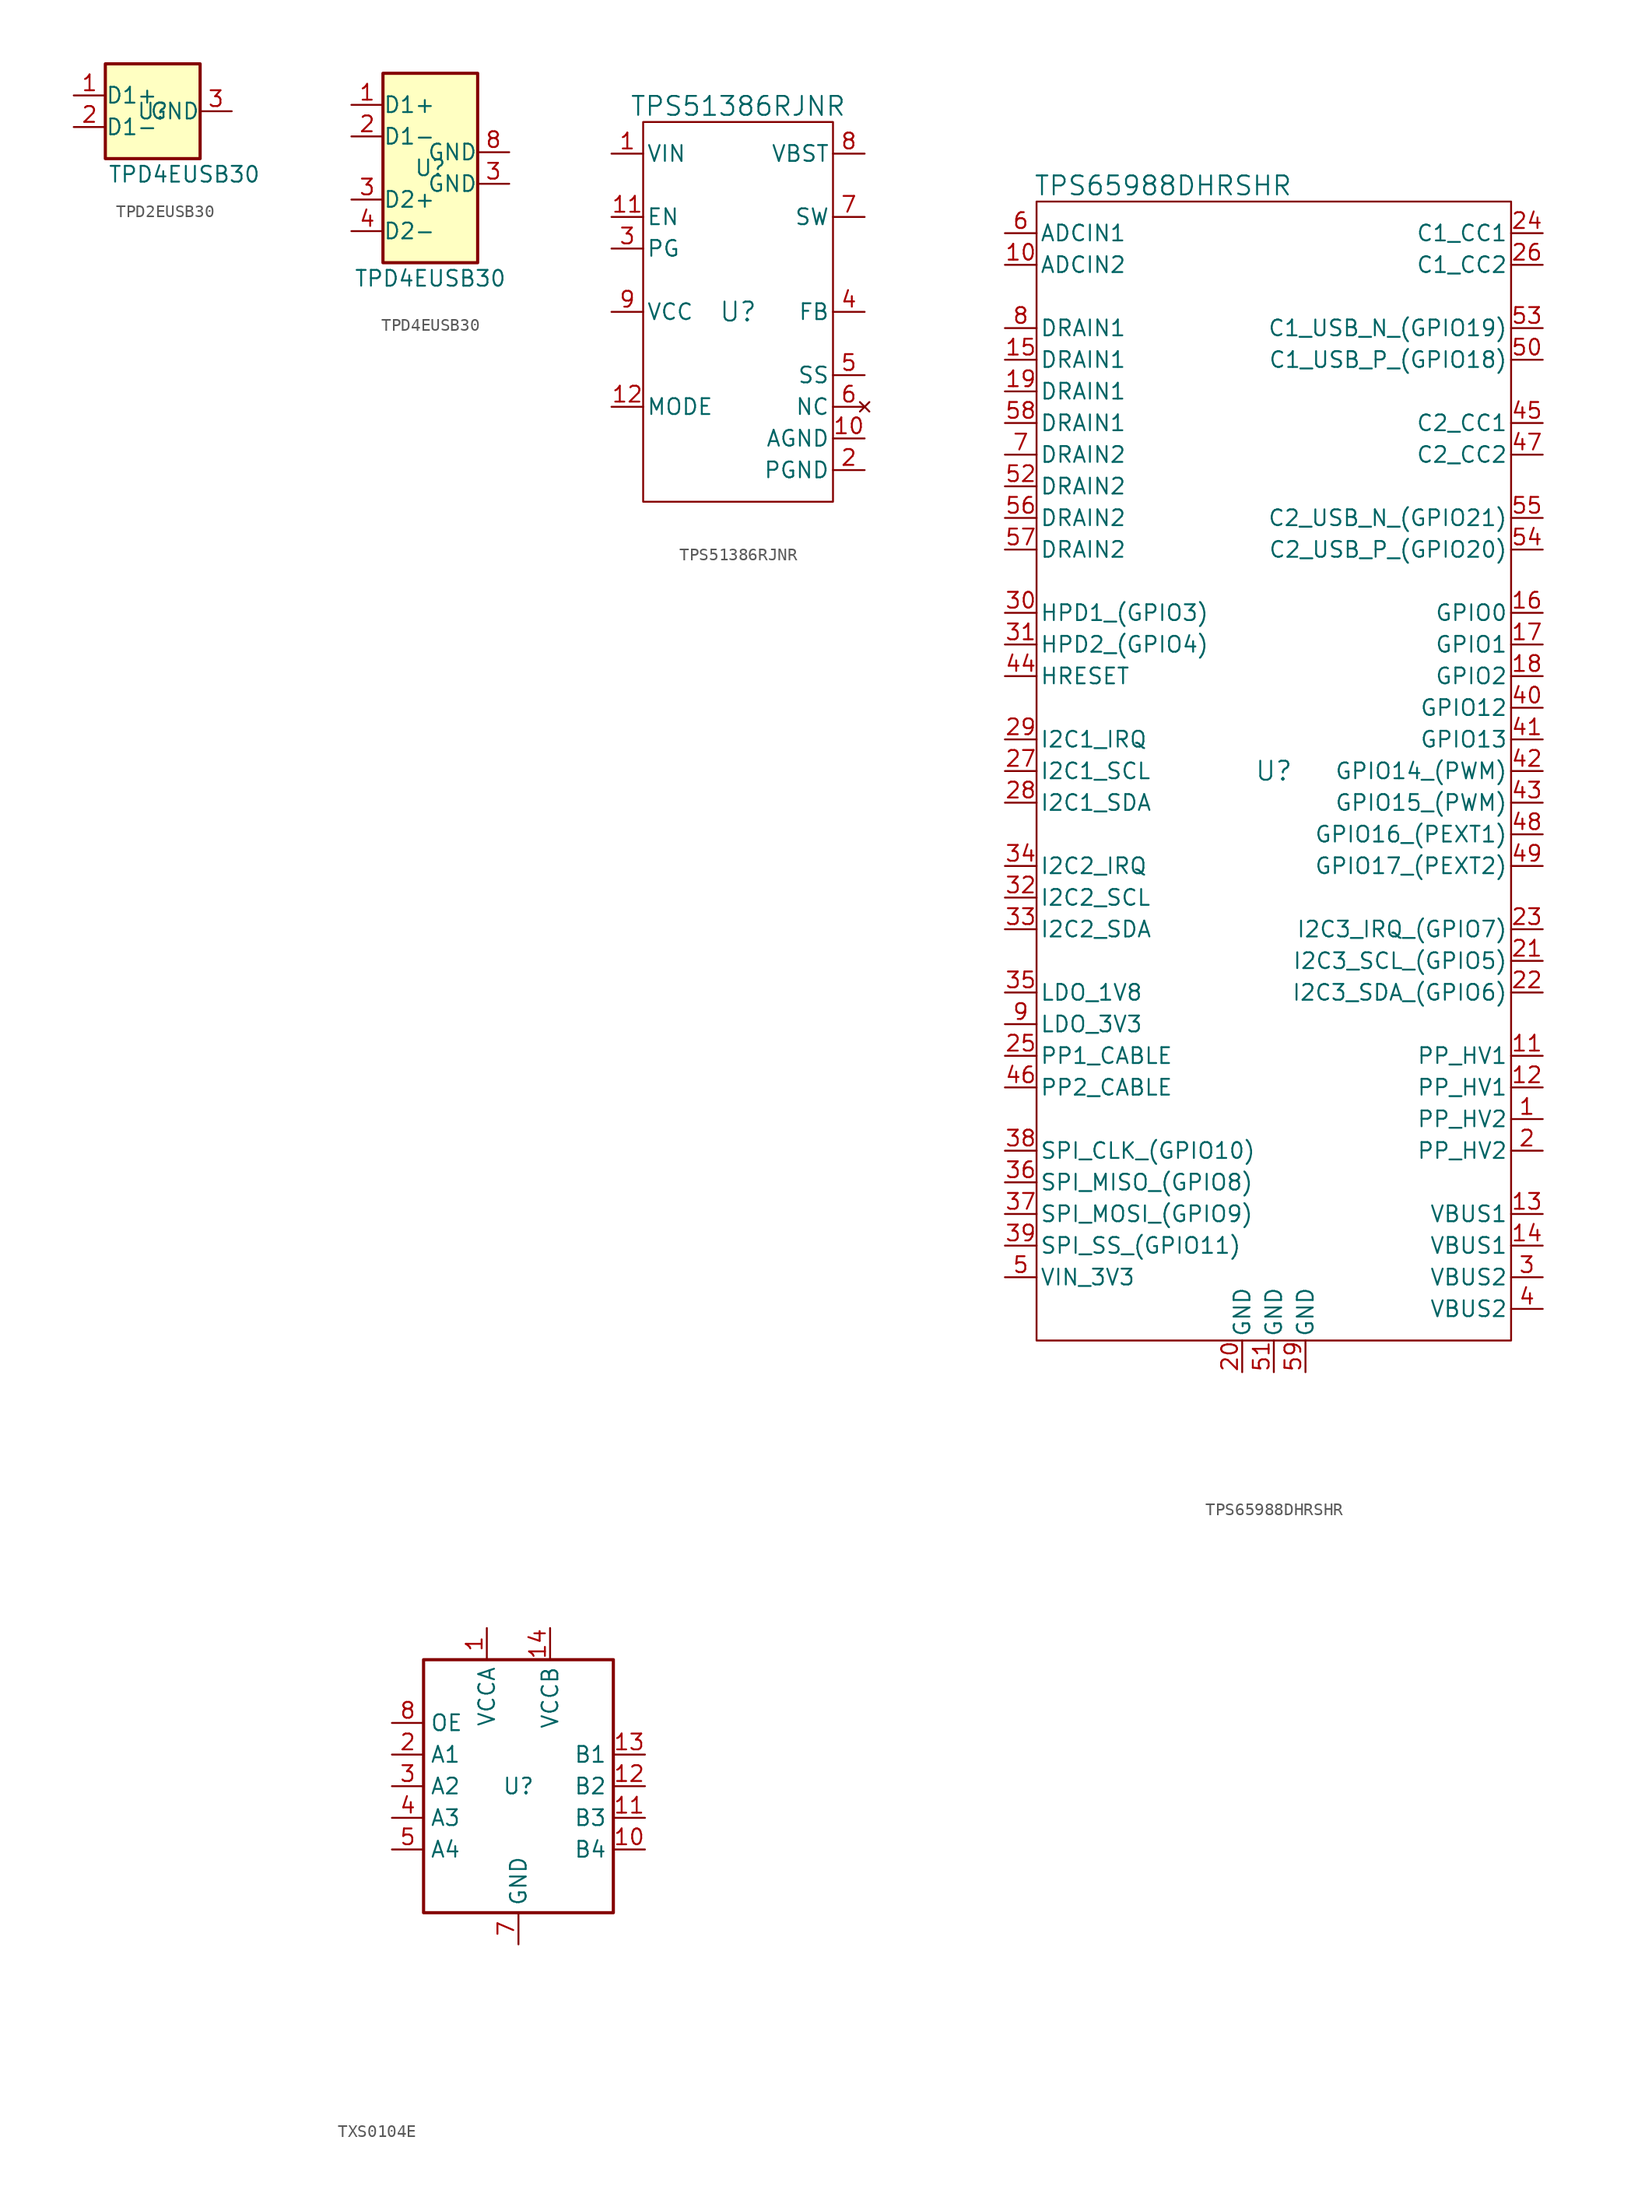
<source format=kicad_sym>
(kicad_symbol_lib
  (version 20231120)
  (generator "kicad_symbol_editor")
  (generator_version "8.0")
  (symbol "TPD2EUSB30"
    (pin_names
      (offset 0.002))
    (property "Reference" "U"
      (at 0 0 0)
      (effects (font (size 1.27 1.27))))
    (property "Value" "TPD4EUSB30"
      (at 2.54 -5.08 0)
      (effects (font (size 1.27 1.27))))
    (symbol "TPD2EUSB30_0_1"
      (rectangle (start -3.81 3.81) (end 3.81 -3.81) (stroke (width 0.254) (type default)) (fill (type background))))
    (symbol "TPD2EUSB30_1_1"
      (pin passive line (at -6.35 1.27 0) (length 2.54) (name "D1+" (effects (font (size 1.27 1.27)))) (number "1" (effects (font (size 1.27 1.27)))))
      (pin passive line (at -6.35 -1.27 0) (length 2.54) (name "D1-" (effects (font (size 1.27 1.27)))) (number "2" (effects (font (size 1.27 1.27)))))
      (pin passive line (at 6.35 0 180) (length 2.54) (name "GND" (effects (font (size 1.27 1.27)))) (number "3" (effects (font (size 1.27 1.27)))))))
  (symbol "TPD4EUSB30"
    (pin_names
      (offset 0.002))
    (property "Reference" "U"
      (at 0 0 0)
      (effects (font (size 1.27 1.27))))
    (property "Value" "TPD4EUSB30"
      (at 0 -8.89 0)
      (effects (font (size 1.27 1.27))))
    (symbol "TPD4EUSB30_0_1"
      (rectangle (start -3.81 7.62) (end 3.81 -7.62) (stroke (width 0.254) (type default)) (fill (type background))))
    (symbol "TPD4EUSB30_1_1"
      (pin passive line (at -6.35 5.08 0) (length 2.54) (name "D1+" (effects (font (size 1.27 1.27)))) (number "1" (effects (font (size 1.27 1.27)))))
      (pin passive line (at 6.35 6.35 180) (length 2.54) hide (name "NC" (effects (font (size 1.27 1.27)))) (number "10" (effects (font (size 1.27 1.27)))))
      (pin passive line (at -6.35 2.54 0) (length 2.54) (name "D1-" (effects (font (size 1.27 1.27)))) (number "2" (effects (font (size 1.27 1.27)))))
      (pin passive line (at -6.35 -2.54 0) (length 2.54) (name "D2+" (effects (font (size 1.27 1.27)))) (number "3" (effects (font (size 1.27 1.27)))))
      (pin passive line (at 6.35 -1.27 180) (length 2.54) (name "GND" (effects (font (size 1.27 1.27)))) (number "3" (effects (font (size 1.27 1.27)))))
      (pin passive line (at -6.35 -5.08 0) (length 2.54) (name "D2-" (effects (font (size 1.27 1.27)))) (number "4" (effects (font (size 1.27 1.27)))))
      (pin passive line (at 6.35 -6.35 180) (length 2.54) hide (name "NC" (effects (font (size 1.27 1.27)))) (number "6" (effects (font (size 1.27 1.27)))))
      (pin passive line (at 6.35 -3.81 180) (length 2.54) hide (name "NC" (effects (font (size 1.27 1.27)))) (number "7" (effects (font (size 1.27 1.27)))))
      (pin passive line (at 6.35 1.27 180) (length 2.54) (name "GND" (effects (font (size 1.27 1.27)))) (number "8" (effects (font (size 1.27 1.27)))))
      (pin passive line (at 6.35 3.81 180) (length 2.54) hide (name "NC" (effects (font (size 1.27 1.27)))) (number "9" (effects (font (size 1.27 1.27)))))))
  (symbol "TPS51386RJNR"
    (pin_names
      (offset 0.254))
    (property "Reference" "U"
      (at 0 0 0)
      (effects (font (size 1.524 1.524))))
    (property "Value" "TPS51386RJNR"
      (at 0 16.51 0)
      (effects (font (size 1.524 1.524))))
    (property "ki_locked" ""
      (at 0 0 0)
      (effects (font (size 1.27 1.27))))
    (symbol "TPS51386RJNR_0_1"
      (pin power_in line (at -10.16 12.7 0) (length 2.54) (name "VIN" (effects (font (size 1.27 1.27)))) (number "1" (effects (font (size 1.27 1.27)))))
      (pin power_out line (at 10.16 -10.16 180) (length 2.54) (name "AGND" (effects (font (size 1.27 1.27)))) (number "10" (effects (font (size 1.27 1.27)))))
      (pin input line (at -10.16 7.62 0) (length 2.54) (name "EN" (effects (font (size 1.27 1.27)))) (number "11" (effects (font (size 1.27 1.27)))))
      (pin input line (at -10.16 -7.62 0) (length 2.54) (name "MODE" (effects (font (size 1.27 1.27)))) (number "12" (effects (font (size 1.27 1.27)))))
      (pin power_out line (at 10.16 -12.7 180) (length 2.54) (name "PGND" (effects (font (size 1.27 1.27)))) (number "2" (effects (font (size 1.27 1.27)))))
      (pin output line (at -10.16 5.08 0) (length 2.54) (name "PG" (effects (font (size 1.27 1.27)))) (number "3" (effects (font (size 1.27 1.27)))))
      (pin input line (at 10.16 0 180) (length 2.54) (name "FB" (effects (font (size 1.27 1.27)))) (number "4" (effects (font (size 1.27 1.27)))))
      (pin output line (at 10.16 -5.08 180) (length 2.54) (name "SS" (effects (font (size 1.27 1.27)))) (number "5" (effects (font (size 1.27 1.27)))))
      (pin no_connect line (at 10.16 -7.62 180) (length 2.54) (name "NC" (effects (font (size 1.27 1.27)))) (number "6" (effects (font (size 1.27 1.27)))))
      (pin output line (at 10.16 7.62 180) (length 2.54) (name "SW" (effects (font (size 1.27 1.27)))) (number "7" (effects (font (size 1.27 1.27)))))
      (pin input line (at 10.16 12.7 180) (length 2.54) (name "VBST" (effects (font (size 1.27 1.27)))) (number "8" (effects (font (size 1.27 1.27)))))
      (pin output line (at -10.16 0 0) (length 2.54) (name "VCC" (effects (font (size 1.27 1.27)))) (number "9" (effects (font (size 1.27 1.27))))))
    (symbol "TPS51386RJNR_1_1"
      (rectangle (start -7.62 15.24) (end 7.62 -15.24) (stroke (width 0) (type default)) (fill (type none)))))
  (symbol "TPS65988DHRSHR"
    (pin_names
      (offset 0.254))
    (property "Reference" "U"
      (at 0 0 0)
      (effects (font (size 1.524 1.524))))
    (property "Value" "TPS65988DHRSHR"
      (at -8.89 46.99 0)
      (effects (font (size 1.524 1.524))))
    (symbol "TPS65988DHRSHR_1_1"
      (rectangle (start -19.05 45.72) (end 19.05 -45.72) (stroke (width 0) (type default)) (fill (type none)))
      (pin bidirectional line (at 21.59 -27.94 180) (length 2.54) (name "PP_HV2" (effects (font (size 1.27 1.27)))) (number "1" (effects (font (size 1.27 1.27)))))
      (pin input line (at -21.59 40.64 0) (length 2.54) (name "ADCIN2" (effects (font (size 1.27 1.27)))) (number "10" (effects (font (size 1.27 1.27)))))
      (pin bidirectional line (at 21.59 -22.86 180) (length 2.54) (name "PP_HV1" (effects (font (size 1.27 1.27)))) (number "11" (effects (font (size 1.27 1.27)))))
      (pin bidirectional line (at 21.59 -25.4 180) (length 2.54) (name "PP_HV1" (effects (font (size 1.27 1.27)))) (number "12" (effects (font (size 1.27 1.27)))))
      (pin bidirectional line (at 21.59 -35.56 180) (length 2.54) (name "VBUS1" (effects (font (size 1.27 1.27)))) (number "13" (effects (font (size 1.27 1.27)))))
      (pin bidirectional line (at 21.59 -38.1 180) (length 2.54) (name "VBUS1" (effects (font (size 1.27 1.27)))) (number "14" (effects (font (size 1.27 1.27)))))
      (pin input line (at -21.59 33.02 0) (length 2.54) (name "DRAIN1" (effects (font (size 1.27 1.27)))) (number "15" (effects (font (size 1.27 1.27)))))
      (pin bidirectional line (at 21.59 12.7 180) (length 2.54) (name "GPIO0" (effects (font (size 1.27 1.27)))) (number "16" (effects (font (size 1.27 1.27)))))
      (pin bidirectional line (at 21.59 10.16 180) (length 2.54) (name "GPIO1" (effects (font (size 1.27 1.27)))) (number "17" (effects (font (size 1.27 1.27)))))
      (pin bidirectional line (at 21.59 7.62 180) (length 2.54) (name "GPIO2" (effects (font (size 1.27 1.27)))) (number "18" (effects (font (size 1.27 1.27)))))
      (pin input line (at -21.59 30.48 0) (length 2.54) (name "DRAIN1" (effects (font (size 1.27 1.27)))) (number "19" (effects (font (size 1.27 1.27)))))
      (pin bidirectional line (at 21.59 -30.48 180) (length 2.54) (name "PP_HV2" (effects (font (size 1.27 1.27)))) (number "2" (effects (font (size 1.27 1.27)))))
      (pin power_out line (at -2.54 -48.26 90) (length 2.54) (name "GND" (effects (font (size 1.27 1.27)))) (number "20" (effects (font (size 1.27 1.27)))))
      (pin bidirectional line (at 21.59 -15.24 180) (length 2.54) (name "I2C3_SCL_(GPIO5)" (effects (font (size 1.27 1.27)))) (number "21" (effects (font (size 1.27 1.27)))))
      (pin bidirectional line (at 21.59 -17.78 180) (length 2.54) (name "I2C3_SDA_(GPIO6)" (effects (font (size 1.27 1.27)))) (number "22" (effects (font (size 1.27 1.27)))))
      (pin unspecified line (at 21.59 -12.7 180) (length 2.54) (name "I2C3_IRQ_(GPIO7)" (effects (font (size 1.27 1.27)))) (number "23" (effects (font (size 1.27 1.27)))))
      (pin bidirectional line (at 21.59 43.18 180) (length 2.54) (name "C1_CC1" (effects (font (size 1.27 1.27)))) (number "24" (effects (font (size 1.27 1.27)))))
      (pin bidirectional line (at -21.59 -22.86 0) (length 2.54) (name "PP1_CABLE" (effects (font (size 1.27 1.27)))) (number "25" (effects (font (size 1.27 1.27)))))
      (pin bidirectional line (at 21.59 40.64 180) (length 2.54) (name "C1_CC2" (effects (font (size 1.27 1.27)))) (number "26" (effects (font (size 1.27 1.27)))))
      (pin bidirectional line (at -21.59 0 0) (length 2.54) (name "I2C1_SCL" (effects (font (size 1.27 1.27)))) (number "27" (effects (font (size 1.27 1.27)))))
      (pin bidirectional line (at -21.59 -2.54 0) (length 2.54) (name "I2C1_SDA" (effects (font (size 1.27 1.27)))) (number "28" (effects (font (size 1.27 1.27)))))
      (pin unspecified line (at -21.59 2.54 0) (length 2.54) (name "I2C1_IRQ" (effects (font (size 1.27 1.27)))) (number "29" (effects (font (size 1.27 1.27)))))
      (pin bidirectional line (at 21.59 -40.64 180) (length 2.54) (name "VBUS2" (effects (font (size 1.27 1.27)))) (number "3" (effects (font (size 1.27 1.27)))))
      (pin bidirectional line (at -21.59 12.7 0) (length 2.54) (name "HPD1_(GPIO3)" (effects (font (size 1.27 1.27)))) (number "30" (effects (font (size 1.27 1.27)))))
      (pin bidirectional line (at -21.59 10.16 0) (length 2.54) (name "HPD2_(GPIO4)" (effects (font (size 1.27 1.27)))) (number "31" (effects (font (size 1.27 1.27)))))
      (pin unspecified line (at -21.59 -10.16 0) (length 2.54) (name "I2C2_SCL" (effects (font (size 1.27 1.27)))) (number "32" (effects (font (size 1.27 1.27)))))
      (pin unspecified line (at -21.59 -12.7 0) (length 2.54) (name "I2C2_SDA" (effects (font (size 1.27 1.27)))) (number "33" (effects (font (size 1.27 1.27)))))
      (pin bidirectional line (at -21.59 -7.62 0) (length 2.54) (name "I2C2_IRQ" (effects (font (size 1.27 1.27)))) (number "34" (effects (font (size 1.27 1.27)))))
      (pin unspecified line (at -21.59 -17.78 0) (length 2.54) (name "LDO_1V8" (effects (font (size 1.27 1.27)))) (number "35" (effects (font (size 1.27 1.27)))))
      (pin unspecified line (at -21.59 -33.02 0) (length 2.54) (name "SPI_MISO_(GPIO8)" (effects (font (size 1.27 1.27)))) (number "36" (effects (font (size 1.27 1.27)))))
      (pin unspecified line (at -21.59 -35.56 0) (length 2.54) (name "SPI_MOSI_(GPIO9)" (effects (font (size 1.27 1.27)))) (number "37" (effects (font (size 1.27 1.27)))))
      (pin unspecified line (at -21.59 -30.48 0) (length 2.54) (name "SPI_CLK_(GPIO10)" (effects (font (size 1.27 1.27)))) (number "38" (effects (font (size 1.27 1.27)))))
      (pin unspecified line (at -21.59 -38.1 0) (length 2.54) (name "SPI_SS_(GPIO11)" (effects (font (size 1.27 1.27)))) (number "39" (effects (font (size 1.27 1.27)))))
      (pin bidirectional line (at 21.59 -43.18 180) (length 2.54) (name "VBUS2" (effects (font (size 1.27 1.27)))) (number "4" (effects (font (size 1.27 1.27)))))
      (pin bidirectional line (at 21.59 5.08 180) (length 2.54) (name "GPIO12" (effects (font (size 1.27 1.27)))) (number "40" (effects (font (size 1.27 1.27)))))
      (pin bidirectional line (at 21.59 2.54 180) (length 2.54) (name "GPIO13" (effects (font (size 1.27 1.27)))) (number "41" (effects (font (size 1.27 1.27)))))
      (pin bidirectional line (at 21.59 0 180) (length 2.54) (name "GPIO14_(PWM)" (effects (font (size 1.27 1.27)))) (number "42" (effects (font (size 1.27 1.27)))))
      (pin bidirectional line (at 21.59 -2.54 180) (length 2.54) (name "GPIO15_(PWM)" (effects (font (size 1.27 1.27)))) (number "43" (effects (font (size 1.27 1.27)))))
      (pin unspecified line (at -21.59 7.62 0) (length 2.54) (name "HRESET" (effects (font (size 1.27 1.27)))) (number "44" (effects (font (size 1.27 1.27)))))
      (pin bidirectional line (at 21.59 27.94 180) (length 2.54) (name "C2_CC1" (effects (font (size 1.27 1.27)))) (number "45" (effects (font (size 1.27 1.27)))))
      (pin bidirectional line (at -21.59 -25.4 0) (length 2.54) (name "PP2_CABLE" (effects (font (size 1.27 1.27)))) (number "46" (effects (font (size 1.27 1.27)))))
      (pin bidirectional line (at 21.59 25.4 180) (length 2.54) (name "C2_CC2" (effects (font (size 1.27 1.27)))) (number "47" (effects (font (size 1.27 1.27)))))
      (pin bidirectional line (at 21.59 -5.08 180) (length 2.54) (name "GPIO16_(PEXT1)" (effects (font (size 1.27 1.27)))) (number "48" (effects (font (size 1.27 1.27)))))
      (pin bidirectional line (at 21.59 -7.62 180) (length 2.54) (name "GPIO17_(PEXT2)" (effects (font (size 1.27 1.27)))) (number "49" (effects (font (size 1.27 1.27)))))
      (pin unspecified line (at -21.59 -40.64 0) (length 2.54) (name "VIN_3V3" (effects (font (size 1.27 1.27)))) (number "5" (effects (font (size 1.27 1.27)))))
      (pin bidirectional line (at 21.59 33.02 180) (length 2.54) (name "C1_USB_P_(GPIO18)" (effects (font (size 1.27 1.27)))) (number "50" (effects (font (size 1.27 1.27)))))
      (pin power_out line (at 0 -48.26 90) (length 2.54) (name "GND" (effects (font (size 1.27 1.27)))) (number "51" (effects (font (size 1.27 1.27)))))
      (pin input line (at -21.59 22.86 0) (length 2.54) (name "DRAIN2" (effects (font (size 1.27 1.27)))) (number "52" (effects (font (size 1.27 1.27)))))
      (pin bidirectional line (at 21.59 35.56 180) (length 2.54) (name "C1_USB_N_(GPIO19)" (effects (font (size 1.27 1.27)))) (number "53" (effects (font (size 1.27 1.27)))))
      (pin bidirectional line (at 21.59 17.78 180) (length 2.54) (name "C2_USB_P_(GPIO20)" (effects (font (size 1.27 1.27)))) (number "54" (effects (font (size 1.27 1.27)))))
      (pin bidirectional line (at 21.59 20.32 180) (length 2.54) (name "C2_USB_N_(GPIO21)" (effects (font (size 1.27 1.27)))) (number "55" (effects (font (size 1.27 1.27)))))
      (pin input line (at -21.59 20.32 0) (length 2.54) (name "DRAIN2" (effects (font (size 1.27 1.27)))) (number "56" (effects (font (size 1.27 1.27)))))
      (pin input line (at -21.59 17.78 0) (length 2.54) (name "DRAIN2" (effects (font (size 1.27 1.27)))) (number "57" (effects (font (size 1.27 1.27)))))
      (pin input line (at -21.59 27.94 0) (length 2.54) (name "DRAIN1" (effects (font (size 1.27 1.27)))) (number "58" (effects (font (size 1.27 1.27)))))
      (pin power_out line (at 2.54 -48.26 90) (length 2.54) (name "GND" (effects (font (size 1.27 1.27)))) (number "59" (effects (font (size 1.27 1.27)))))
      (pin input line (at -21.59 43.18 0) (length 2.54) (name "ADCIN1" (effects (font (size 1.27 1.27)))) (number "6" (effects (font (size 1.27 1.27)))))
      (pin input line (at -21.59 25.4 0) (length 2.54) (name "DRAIN2" (effects (font (size 1.27 1.27)))) (number "7" (effects (font (size 1.27 1.27)))))
      (pin input line (at -21.59 35.56 0) (length 2.54) (name "DRAIN1" (effects (font (size 1.27 1.27)))) (number "8" (effects (font (size 1.27 1.27)))))
      (pin bidirectional line (at -21.59 -20.32 0) (length 2.54) (name "LDO_3V3" (effects (font (size 1.27 1.27)))) (number "9" (effects (font (size 1.27 1.27)))))))
  (symbol "TXS0104E"
    (property "Reference" "U"
      (at 0 0 0)
      (effects (font (size 1.27 1.27))))
    (property "Value" ""
      (at -33.02 -22.86 0)
      (effects (font (size 1.27 1.27))))
    (symbol "TXS0104E_1_1"
      (rectangle (start -7.62 10.16) (end 7.62 -10.16) (stroke (width 0.254) (type default)) (fill (type none)))
      (pin power_in line (at -2.54 12.7 270) (length 2.54) (name "VCCA" (effects (font (size 1.27 1.27)))) (number "1" (effects (font (size 1.27 1.27)))))
      (pin bidirectional line (at 10.16 -5.08 180) (length 2.54) (name "B4" (effects (font (size 1.27 1.27)))) (number "10" (effects (font (size 1.27 1.27)))))
      (pin bidirectional line (at 10.16 -2.54 180) (length 2.54) (name "B3" (effects (font (size 1.27 1.27)))) (number "11" (effects (font (size 1.27 1.27)))))
      (pin bidirectional line (at 10.16 0 180) (length 2.54) (name "B2" (effects (font (size 1.27 1.27)))) (number "12" (effects (font (size 1.27 1.27)))))
      (pin bidirectional line (at 10.16 2.54 180) (length 2.54) (name "B1" (effects (font (size 1.27 1.27)))) (number "13" (effects (font (size 1.27 1.27)))))
      (pin power_in line (at 2.54 12.7 270) (length 2.54) (name "VCCB" (effects (font (size 1.27 1.27)))) (number "14" (effects (font (size 1.27 1.27)))))
      (pin bidirectional line (at -10.16 2.54 0) (length 2.54) (name "A1" (effects (font (size 1.27 1.27)))) (number "2" (effects (font (size 1.27 1.27)))))
      (pin bidirectional line (at -10.16 0 0) (length 2.54) (name "A2" (effects (font (size 1.27 1.27)))) (number "3" (effects (font (size 1.27 1.27)))))
      (pin bidirectional line (at -10.16 -2.54 0) (length 2.54) (name "A3" (effects (font (size 1.27 1.27)))) (number "4" (effects (font (size 1.27 1.27)))))
      (pin bidirectional line (at -10.16 -5.08 0) (length 2.54) (name "A4" (effects (font (size 1.27 1.27)))) (number "5" (effects (font (size 1.27 1.27)))))
      (pin no_connect line (at -10.16 -7.62 0) (length 2.54) hide (name "NC" (effects (font (size 1.27 1.27)))) (number "6" (effects (font (size 1.27 1.27)))))
      (pin power_in line (at 0 -12.7 90) (length 2.54) (name "GND" (effects (font (size 1.27 1.27)))) (number "7" (effects (font (size 1.27 1.27)))))
      (pin input line (at -10.16 5.08 0) (length 2.54) (name "OE" (effects (font (size 1.27 1.27)))) (number "8" (effects (font (size 1.27 1.27)))))
      (pin no_connect line (at 10.16 -7.62 180) (length 2.54) hide (name "NC" (effects (font (size 1.27 1.27)))) (number "9" (effects (font (size 1.27 1.27))))))))
</source>
